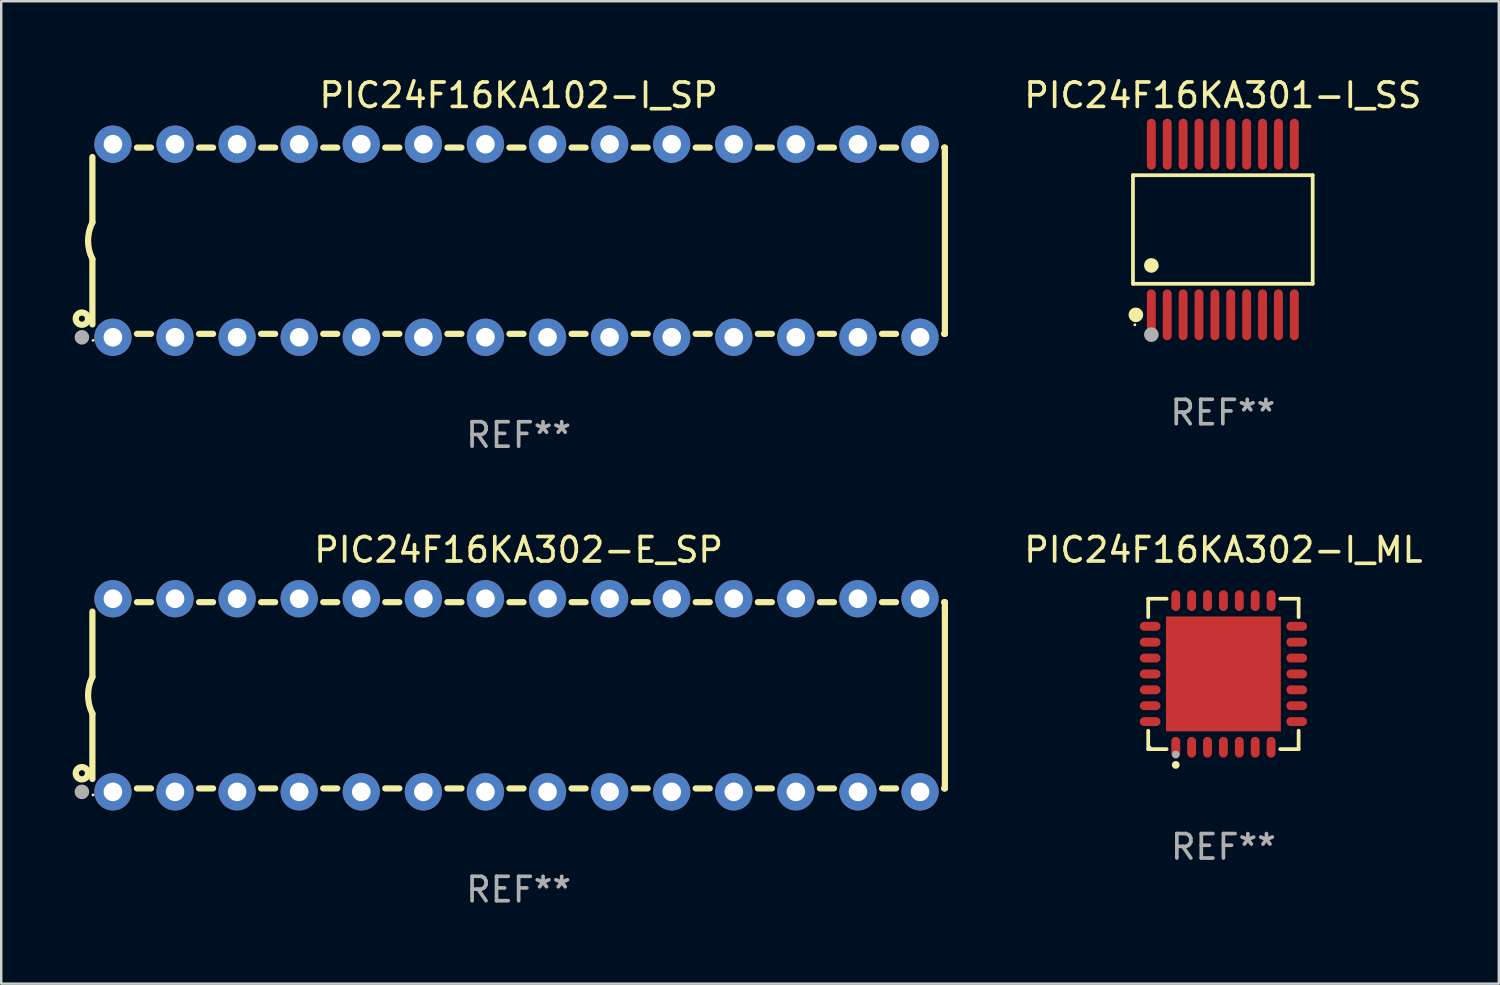
<source format=kicad_pcb>
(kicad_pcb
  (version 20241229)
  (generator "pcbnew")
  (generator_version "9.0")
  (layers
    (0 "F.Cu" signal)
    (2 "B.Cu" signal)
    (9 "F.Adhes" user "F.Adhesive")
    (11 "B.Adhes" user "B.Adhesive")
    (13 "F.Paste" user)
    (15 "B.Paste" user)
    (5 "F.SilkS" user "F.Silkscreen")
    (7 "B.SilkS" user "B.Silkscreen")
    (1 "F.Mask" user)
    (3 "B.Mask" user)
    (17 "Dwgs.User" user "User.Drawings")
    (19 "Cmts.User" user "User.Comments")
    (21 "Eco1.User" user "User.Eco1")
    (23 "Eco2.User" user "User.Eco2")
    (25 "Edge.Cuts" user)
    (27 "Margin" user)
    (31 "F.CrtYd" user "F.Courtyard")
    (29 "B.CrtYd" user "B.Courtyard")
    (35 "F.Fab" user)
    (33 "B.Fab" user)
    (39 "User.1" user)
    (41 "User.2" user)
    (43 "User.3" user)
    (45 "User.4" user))
  (footprint "PIC24F16KA302-E_SP"
    (layer "F.Cu")
    (at 18.168 25.395)
    (property "Reference" "PIC24F16KA302-E_SP" (at 0 -5.95 0) (layer "F.SilkS") (effects (font (size 1 1) (thickness 0.15))))
    (attr through_hole)
    (fp_line (start -17.438 0.75) (end -17.438 3.423) (stroke (width 0.254) (type solid)) (layer "F.SilkS"))
    (fp_line (start -17.438 -3.423) (end -17.438 -0.75) (stroke (width 0.254) (type solid)) (layer "F.SilkS"))
    (fp_line (start -15.615 3.81) (end -15.041 3.81) (stroke (width 0.254) (type solid)) (layer "F.SilkS"))
    (fp_line (start -15.041 -3.81) (end -15.614 -3.81) (stroke (width 0.254) (type solid)) (layer "F.SilkS"))
    (fp_line (start -13.075 3.81) (end -12.501 3.81) (stroke (width 0.254) (type solid)) (layer "F.SilkS"))
    (fp_line (start -12.501 -3.81) (end -13.074 -3.81) (stroke (width 0.254) (type solid)) (layer "F.SilkS"))
    (fp_line (start -10.535 3.81) (end -9.961 3.81) (stroke (width 0.254) (type solid)) (layer "F.SilkS"))
    (fp_line (start -9.961 -3.81) (end -10.534 -3.81) (stroke (width 0.254) (type solid)) (layer "F.SilkS"))
    (fp_line (start -7.995 3.81) (end -7.421 3.81) (stroke (width 0.254) (type solid)) (layer "F.SilkS"))
    (fp_line (start -7.421 -3.81) (end -7.995 -3.81) (stroke (width 0.254) (type solid)) (layer "F.SilkS"))
    (fp_line (start -5.455 3.81) (end -4.881 3.81) (stroke (width 0.254) (type solid)) (layer "F.SilkS"))
    (fp_line (start -4.881 -3.81) (end -5.455 -3.81) (stroke (width 0.254) (type solid)) (layer "F.SilkS"))
    (fp_line (start -2.915 3.81) (end -2.341 3.81) (stroke (width 0.254) (type solid)) (layer "F.SilkS"))
    (fp_line (start -2.341 -3.81) (end -2.915 -3.81) (stroke (width 0.254) (type solid)) (layer "F.SilkS"))
    (fp_line (start -0.375 3.81) (end 0.199 3.81) (stroke (width 0.254) (type solid)) (layer "F.SilkS"))
    (fp_line (start 0.199 -3.81) (end -0.375 -3.81) (stroke (width 0.254) (type solid)) (layer "F.SilkS"))
    (fp_line (start 2.165 3.81) (end 2.739 3.81) (stroke (width 0.254) (type solid)) (layer "F.SilkS"))
    (fp_line (start 2.739 -3.81) (end 2.165 -3.81) (stroke (width 0.254) (type solid)) (layer "F.SilkS"))
    (fp_line (start 4.705 3.81) (end 5.279 3.81) (stroke (width 0.254) (type solid)) (layer "F.SilkS"))
    (fp_line (start 5.279 -3.81) (end 4.705 -3.81) (stroke (width 0.254) (type solid)) (layer "F.SilkS"))
    (fp_line (start 7.245 3.81) (end 7.819 3.81) (stroke (width 0.254) (type solid)) (layer "F.SilkS"))
    (fp_line (start 7.819 -3.81) (end 7.245 -3.81) (stroke (width 0.254) (type solid)) (layer "F.SilkS"))
    (fp_line (start 9.785 3.81) (end 10.359 3.81) (stroke (width 0.254) (type solid)) (layer "F.SilkS"))
    (fp_line (start 10.359 -3.81) (end 9.785 -3.81) (stroke (width 0.254) (type solid)) (layer "F.SilkS"))
    (fp_line (start 12.325 3.81) (end 12.899 3.81) (stroke (width 0.254) (type solid)) (layer "F.SilkS"))
    (fp_line (start 12.899 -3.81) (end 12.325 -3.81) (stroke (width 0.254) (type solid)) (layer "F.SilkS"))
    (fp_line (start 14.865 3.81) (end 15.439 3.81) (stroke (width 0.254) (type solid)) (layer "F.SilkS"))
    (fp_line (start 15.439 -3.81) (end 14.865 -3.81) (stroke (width 0.254) (type solid)) (layer "F.SilkS"))
    (fp_line (start 17.405 3.81) (end 17.438 3.81) (stroke (width 0.254) (type solid)) (layer "F.SilkS"))
    (fp_line (start 17.438 -3.81) (end 17.405 -3.81) (stroke (width 0.254) (type solid)) (layer "F.SilkS"))
    (fp_line (start 17.438 -3.556) (end 17.438 -3.81) (stroke (width 0.254) (type solid)) (layer "F.SilkS"))
    (fp_line (start 17.438 3.81) (end 17.438 -3.556) (stroke (width 0.254) (type solid)) (layer "F.SilkS"))
    (fp_arc (start -17.437986 0.749657) (mid -17.614887 -0.000024) (end -17.437783 -0.749657) (stroke (width 0.254001) (type solid)) (layer "F.SilkS"))
    (fp_circle (center -17.868 3.188) (end -17.743 3.188) (stroke (width 0.254) (type solid)) (fill no) (layer "F.SilkS"))
    (fp_circle (center -17.411 4.077) (end -17.381 4.077) (stroke (width 0.06) (type solid)) (fill no) (layer "F.SilkS"))
    (fp_circle (center -17.868 3.95) (end -17.718 3.95) (stroke (width 0.3) (type solid)) (fill no) (layer "F.Fab"))
    (fp_text user "REF**" (at 0 7.95 0) (layer "F.Fab") (effects (font (size 1 1) (thickness 0.15))))
    (pad "1" thru_hole circle (at -16.598 3.95) (size 1.524 1.524) (drill 0.762) (layers "*.Cu" "*.Mask"))
    (pad "2" thru_hole circle (at -14.058 3.95) (size 1.524 1.524) (drill 0.762) (layers "*.Cu" "*.Mask"))
    (pad "3" thru_hole circle (at -11.518 3.95) (size 1.524 1.524) (drill 0.762) (layers "*.Cu" "*.Mask"))
    (pad "4" thru_hole circle (at -8.978 3.95) (size 1.524 1.524) (drill 0.762) (layers "*.Cu" "*.Mask"))
    (pad "5" thru_hole circle (at -6.438 3.95) (size 1.524 1.524) (drill 0.762) (layers "*.Cu" "*.Mask"))
    (pad "6" thru_hole circle (at -3.898 3.95) (size 1.524 1.524) (drill 0.762) (layers "*.Cu" "*.Mask"))
    (pad "7" thru_hole circle (at -1.358 3.95) (size 1.524 1.524) (drill 0.762) (layers "*.Cu" "*.Mask"))
    (pad "8" thru_hole circle (at 1.182 3.95) (size 1.524 1.524) (drill 0.762) (layers "*.Cu" "*.Mask"))
    (pad "9" thru_hole circle (at 3.722 3.95) (size 1.524 1.524) (drill 0.762) (layers "*.Cu" "*.Mask"))
    (pad "10" thru_hole circle (at 6.262 3.95) (size 1.524 1.524) (drill 0.762) (layers "*.Cu" "*.Mask"))
    (pad "11" thru_hole circle (at 8.802 3.95) (size 1.524 1.524) (drill 0.762) (layers "*.Cu" "*.Mask"))
    (pad "12" thru_hole circle (at 11.342 3.95) (size 1.524 1.524) (drill 0.762) (layers "*.Cu" "*.Mask"))
    (pad "13" thru_hole circle (at 13.882 3.95) (size 1.524 1.524) (drill 0.762) (layers "*.Cu" "*.Mask"))
    (pad "14" thru_hole circle (at 16.422 3.95) (size 1.524 1.524) (drill 0.762) (layers "*.Cu" "*.Mask"))
    (pad "15" thru_hole circle (at 16.422 -3.95) (size 1.524 1.524) (drill 0.762) (layers "*.Cu" "*.Mask"))
    (pad "16" thru_hole circle (at 13.882 -3.95) (size 1.524 1.524) (drill 0.762) (layers "*.Cu" "*.Mask"))
    (pad "17" thru_hole circle (at 11.342 -3.95) (size 1.524 1.524) (drill 0.762) (layers "*.Cu" "*.Mask"))
    (pad "18" thru_hole circle (at 8.802 -3.95) (size 1.524 1.524) (drill 0.762) (layers "*.Cu" "*.Mask"))
    (pad "19" thru_hole circle (at 6.262 -3.95) (size 1.524 1.524) (drill 0.762) (layers "*.Cu" "*.Mask"))
    (pad "20" thru_hole circle (at 3.722 -3.95) (size 1.524 1.524) (drill 0.762) (layers "*.Cu" "*.Mask"))
    (pad "21" thru_hole circle (at 1.182 -3.95) (size 1.524 1.524) (drill 0.762) (layers "*.Cu" "*.Mask"))
    (pad "22" thru_hole circle (at -1.358 -3.95) (size 1.524 1.524) (drill 0.762) (layers "*.Cu" "*.Mask"))
    (pad "23" thru_hole circle (at -3.898 -3.95) (size 1.524 1.524) (drill 0.762) (layers "*.Cu" "*.Mask"))
    (pad "24" thru_hole circle (at -6.438 -3.95) (size 1.524 1.524) (drill 0.762) (layers "*.Cu" "*.Mask"))
    (pad "25" thru_hole circle (at -8.978 -3.95) (size 1.524 1.524) (drill 0.762) (layers "*.Cu" "*.Mask"))
    (pad "26" thru_hole circle (at -11.517 -3.95) (size 1.524 1.524) (drill 0.762) (layers "*.Cu" "*.Mask"))
    (pad "27" thru_hole circle (at -14.057 -3.95) (size 1.524 1.524) (drill 0.762) (layers "*.Cu" "*.Mask"))
    (pad "28" thru_hole circle (at -16.597 -3.95) (size 1.524 1.524) (drill 0.762) (layers "*.Cu" "*.Mask")))
  (footprint "PIC24F16KA301-I_SS"
    (layer "F.Cu")
    (at 46.977 6.339)
    (property "Reference" "PIC24F16KA301-I_SS" (at 0 -5.491 0) (layer "F.SilkS") (effects (font (size 1 1) (thickness 0.15))))
    (attr through_hole)
    (fp_line (start -3.676 -2.221) (end 3.676 -2.221) (stroke (width 0.152) (type solid)) (layer "F.SilkS"))
    (fp_line (start -3.676 2.221) (end -3.676 -2.221) (stroke (width 0.152) (type solid)) (layer "F.SilkS"))
    (fp_line (start 3.676 -2.221) (end 3.676 2.221) (stroke (width 0.152) (type solid)) (layer "F.SilkS"))
    (fp_line (start 3.676 2.221) (end -3.676 2.221) (stroke (width 0.152) (type solid)) (layer "F.SilkS"))
    (fp_circle (center -3.6 3.9) (end -3.57 3.9) (stroke (width 0.06) (type solid)) (fill no) (layer "F.SilkS"))
    (fp_circle (center -3.559 3.491) (end -3.409 3.491) (stroke (width 0.3) (type solid)) (fill no) (layer "F.SilkS"))
    (fp_circle (center -2.925 1.469) (end -2.775 1.469) (stroke (width 0.3) (type solid)) (fill no) (layer "F.SilkS"))
    (fp_circle (center -2.925 4.3) (end -2.775 4.3) (stroke (width 0.3) (type solid)) (fill no) (layer "F.Fab"))
    (fp_text user "REF**" (at 0 7.491 0) (layer "F.Fab") (effects (font (size 1 1) (thickness 0.15))))
    (pad "1" smd oval (at -2.925 3.491) (size 0.364 2.082) (layers "F.Cu" "F.Mask" "F.Paste"))
    (pad "2" smd oval (at -2.275 3.491) (size 0.364 2.082) (layers "F.Cu" "F.Mask" "F.Paste"))
    (pad "3" smd oval (at -1.625 3.491) (size 0.364 2.082) (layers "F.Cu" "F.Mask" "F.Paste"))
    (pad "4" smd oval (at -0.975 3.491) (size 0.364 2.082) (layers "F.Cu" "F.Mask" "F.Paste"))
    (pad "5" smd oval (at -0.325 3.491) (size 0.364 2.082) (layers "F.Cu" "F.Mask" "F.Paste"))
    (pad "6" smd oval (at 0.325 3.491) (size 0.364 2.082) (layers "F.Cu" "F.Mask" "F.Paste"))
    (pad "7" smd oval (at 0.975 3.491) (size 0.364 2.082) (layers "F.Cu" "F.Mask" "F.Paste"))
    (pad "8" smd oval (at 1.625 3.491) (size 0.364 2.082) (layers "F.Cu" "F.Mask" "F.Paste"))
    (pad "9" smd oval (at 2.275 3.491) (size 0.364 2.082) (layers "F.Cu" "F.Mask" "F.Paste"))
    (pad "10" smd oval (at 2.925 3.491) (size 0.364 2.082) (layers "F.Cu" "F.Mask" "F.Paste"))
    (pad "11" smd oval (at 2.925 -3.491) (size 0.364 2.082) (layers "F.Cu" "F.Mask" "F.Paste"))
    (pad "12" smd oval (at 2.275 -3.491) (size 0.364 2.082) (layers "F.Cu" "F.Mask" "F.Paste"))
    (pad "13" smd oval (at 1.625 -3.491) (size 0.364 2.082) (layers "F.Cu" "F.Mask" "F.Paste"))
    (pad "14" smd oval (at 0.975 -3.491) (size 0.364 2.082) (layers "F.Cu" "F.Mask" "F.Paste"))
    (pad "15" smd oval (at 0.325 -3.491) (size 0.364 2.082) (layers "F.Cu" "F.Mask" "F.Paste"))
    (pad "16" smd oval (at -0.325 -3.491) (size 0.364 2.082) (layers "F.Cu" "F.Mask" "F.Paste"))
    (pad "17" smd oval (at -0.975 -3.491) (size 0.364 2.082) (layers "F.Cu" "F.Mask" "F.Paste"))
    (pad "18" smd oval (at -1.625 -3.491) (size 0.364 2.082) (layers "F.Cu" "F.Mask" "F.Paste"))
    (pad "19" smd oval (at -2.275 -3.491) (size 0.364 2.082) (layers "F.Cu" "F.Mask" "F.Paste"))
    (pad "20" smd oval (at -2.925 -3.491) (size 0.364 2.082) (layers "F.Cu" "F.Mask" "F.Paste")))
  (footprint "PIC24F16KA102-I_SP"
    (layer "F.Cu")
    (at 18.168 6.798)
    (property "Reference" "PIC24F16KA102-I_SP" (at 0 -5.95 0) (layer "F.SilkS") (effects (font (size 1 1) (thickness 0.15))))
    (attr through_hole)
    (fp_line (start -17.438 0.75) (end -17.438 3.423) (stroke (width 0.254) (type solid)) (layer "F.SilkS"))
    (fp_line (start -17.438 -3.423) (end -17.438 -0.75) (stroke (width 0.254) (type solid)) (layer "F.SilkS"))
    (fp_line (start -15.615 3.81) (end -15.041 3.81) (stroke (width 0.254) (type solid)) (layer "F.SilkS"))
    (fp_line (start -15.041 -3.81) (end -15.614 -3.81) (stroke (width 0.254) (type solid)) (layer "F.SilkS"))
    (fp_line (start -13.075 3.81) (end -12.501 3.81) (stroke (width 0.254) (type solid)) (layer "F.SilkS"))
    (fp_line (start -12.501 -3.81) (end -13.074 -3.81) (stroke (width 0.254) (type solid)) (layer "F.SilkS"))
    (fp_line (start -10.535 3.81) (end -9.961 3.81) (stroke (width 0.254) (type solid)) (layer "F.SilkS"))
    (fp_line (start -9.961 -3.81) (end -10.534 -3.81) (stroke (width 0.254) (type solid)) (layer "F.SilkS"))
    (fp_line (start -7.995 3.81) (end -7.421 3.81) (stroke (width 0.254) (type solid)) (layer "F.SilkS"))
    (fp_line (start -7.421 -3.81) (end -7.995 -3.81) (stroke (width 0.254) (type solid)) (layer "F.SilkS"))
    (fp_line (start -5.455 3.81) (end -4.881 3.81) (stroke (width 0.254) (type solid)) (layer "F.SilkS"))
    (fp_line (start -4.881 -3.81) (end -5.455 -3.81) (stroke (width 0.254) (type solid)) (layer "F.SilkS"))
    (fp_line (start -2.915 3.81) (end -2.341 3.81) (stroke (width 0.254) (type solid)) (layer "F.SilkS"))
    (fp_line (start -2.341 -3.81) (end -2.915 -3.81) (stroke (width 0.254) (type solid)) (layer "F.SilkS"))
    (fp_line (start -0.375 3.81) (end 0.199 3.81) (stroke (width 0.254) (type solid)) (layer "F.SilkS"))
    (fp_line (start 0.199 -3.81) (end -0.375 -3.81) (stroke (width 0.254) (type solid)) (layer "F.SilkS"))
    (fp_line (start 2.165 3.81) (end 2.739 3.81) (stroke (width 0.254) (type solid)) (layer "F.SilkS"))
    (fp_line (start 2.739 -3.81) (end 2.165 -3.81) (stroke (width 0.254) (type solid)) (layer "F.SilkS"))
    (fp_line (start 4.705 3.81) (end 5.279 3.81) (stroke (width 0.254) (type solid)) (layer "F.SilkS"))
    (fp_line (start 5.279 -3.81) (end 4.705 -3.81) (stroke (width 0.254) (type solid)) (layer "F.SilkS"))
    (fp_line (start 7.245 3.81) (end 7.819 3.81) (stroke (width 0.254) (type solid)) (layer "F.SilkS"))
    (fp_line (start 7.819 -3.81) (end 7.245 -3.81) (stroke (width 0.254) (type solid)) (layer "F.SilkS"))
    (fp_line (start 9.785 3.81) (end 10.359 3.81) (stroke (width 0.254) (type solid)) (layer "F.SilkS"))
    (fp_line (start 10.359 -3.81) (end 9.785 -3.81) (stroke (width 0.254) (type solid)) (layer "F.SilkS"))
    (fp_line (start 12.325 3.81) (end 12.899 3.81) (stroke (width 0.254) (type solid)) (layer "F.SilkS"))
    (fp_line (start 12.899 -3.81) (end 12.325 -3.81) (stroke (width 0.254) (type solid)) (layer "F.SilkS"))
    (fp_line (start 14.865 3.81) (end 15.439 3.81) (stroke (width 0.254) (type solid)) (layer "F.SilkS"))
    (fp_line (start 15.439 -3.81) (end 14.865 -3.81) (stroke (width 0.254) (type solid)) (layer "F.SilkS"))
    (fp_line (start 17.405 3.81) (end 17.438 3.81) (stroke (width 0.254) (type solid)) (layer "F.SilkS"))
    (fp_line (start 17.438 -3.81) (end 17.405 -3.81) (stroke (width 0.254) (type solid)) (layer "F.SilkS"))
    (fp_line (start 17.438 -3.556) (end 17.438 -3.81) (stroke (width 0.254) (type solid)) (layer "F.SilkS"))
    (fp_line (start 17.438 3.81) (end 17.438 -3.556) (stroke (width 0.254) (type solid)) (layer "F.SilkS"))
    (fp_arc (start -17.437986 0.749657) (mid -17.614887 -0.000024) (end -17.437783 -0.749657) (stroke (width 0.254001) (type solid)) (layer "F.SilkS"))
    (fp_circle (center -17.868 3.188) (end -17.743 3.188) (stroke (width 0.254) (type solid)) (fill no) (layer "F.SilkS"))
    (fp_circle (center -17.411 4.077) (end -17.381 4.077) (stroke (width 0.06) (type solid)) (fill no) (layer "F.SilkS"))
    (fp_circle (center -17.868 3.95) (end -17.718 3.95) (stroke (width 0.3) (type solid)) (fill no) (layer "F.Fab"))
    (fp_text user "REF**" (at 0 7.95 0) (layer "F.Fab") (effects (font (size 1 1) (thickness 0.15))))
    (pad "1" thru_hole circle (at -16.598 3.95) (size 1.524 1.524) (drill 0.762) (layers "*.Cu" "*.Mask"))
    (pad "2" thru_hole circle (at -14.058 3.95) (size 1.524 1.524) (drill 0.762) (layers "*.Cu" "*.Mask"))
    (pad "3" thru_hole circle (at -11.518 3.95) (size 1.524 1.524) (drill 0.762) (layers "*.Cu" "*.Mask"))
    (pad "4" thru_hole circle (at -8.978 3.95) (size 1.524 1.524) (drill 0.762) (layers "*.Cu" "*.Mask"))
    (pad "5" thru_hole circle (at -6.438 3.95) (size 1.524 1.524) (drill 0.762) (layers "*.Cu" "*.Mask"))
    (pad "6" thru_hole circle (at -3.898 3.95) (size 1.524 1.524) (drill 0.762) (layers "*.Cu" "*.Mask"))
    (pad "7" thru_hole circle (at -1.358 3.95) (size 1.524 1.524) (drill 0.762) (layers "*.Cu" "*.Mask"))
    (pad "8" thru_hole circle (at 1.182 3.95) (size 1.524 1.524) (drill 0.762) (layers "*.Cu" "*.Mask"))
    (pad "9" thru_hole circle (at 3.722 3.95) (size 1.524 1.524) (drill 0.762) (layers "*.Cu" "*.Mask"))
    (pad "10" thru_hole circle (at 6.262 3.95) (size 1.524 1.524) (drill 0.762) (layers "*.Cu" "*.Mask"))
    (pad "11" thru_hole circle (at 8.802 3.95) (size 1.524 1.524) (drill 0.762) (layers "*.Cu" "*.Mask"))
    (pad "12" thru_hole circle (at 11.342 3.95) (size 1.524 1.524) (drill 0.762) (layers "*.Cu" "*.Mask"))
    (pad "13" thru_hole circle (at 13.882 3.95) (size 1.524 1.524) (drill 0.762) (layers "*.Cu" "*.Mask"))
    (pad "14" thru_hole circle (at 16.422 3.95) (size 1.524 1.524) (drill 0.762) (layers "*.Cu" "*.Mask"))
    (pad "15" thru_hole circle (at 16.422 -3.95) (size 1.524 1.524) (drill 0.762) (layers "*.Cu" "*.Mask"))
    (pad "16" thru_hole circle (at 13.882 -3.95) (size 1.524 1.524) (drill 0.762) (layers "*.Cu" "*.Mask"))
    (pad "17" thru_hole circle (at 11.342 -3.95) (size 1.524 1.524) (drill 0.762) (layers "*.Cu" "*.Mask"))
    (pad "18" thru_hole circle (at 8.802 -3.95) (size 1.524 1.524) (drill 0.762) (layers "*.Cu" "*.Mask"))
    (pad "19" thru_hole circle (at 6.262 -3.95) (size 1.524 1.524) (drill 0.762) (layers "*.Cu" "*.Mask"))
    (pad "20" thru_hole circle (at 3.722 -3.95) (size 1.524 1.524) (drill 0.762) (layers "*.Cu" "*.Mask"))
    (pad "21" thru_hole circle (at 1.182 -3.95) (size 1.524 1.524) (drill 0.762) (layers "*.Cu" "*.Mask"))
    (pad "22" thru_hole circle (at -1.358 -3.95) (size 1.524 1.524) (drill 0.762) (layers "*.Cu" "*.Mask"))
    (pad "23" thru_hole circle (at -3.898 -3.95) (size 1.524 1.524) (drill 0.762) (layers "*.Cu" "*.Mask"))
    (pad "24" thru_hole circle (at -6.438 -3.95) (size 1.524 1.524) (drill 0.762) (layers "*.Cu" "*.Mask"))
    (pad "25" thru_hole circle (at -8.978 -3.95) (size 1.524 1.524) (drill 0.762) (layers "*.Cu" "*.Mask"))
    (pad "26" thru_hole circle (at -11.517 -3.95) (size 1.524 1.524) (drill 0.762) (layers "*.Cu" "*.Mask"))
    (pad "27" thru_hole circle (at -14.057 -3.95) (size 1.524 1.524) (drill 0.762) (layers "*.Cu" "*.Mask"))
    (pad "28" thru_hole circle (at -16.597 -3.95) (size 1.524 1.524) (drill 0.762) (layers "*.Cu" "*.Mask")))
  (footprint "PIC24F16KA302-I_ML"
    (layer "F.Cu")
    (at 47.001 24.521)
    (property "Reference" "PIC24F16KA302-I_ML" (at 0 -5.076 0) (layer "F.SilkS") (effects (font (size 1 1) (thickness 0.15))))
    (attr through_hole)
    (fp_line (start -3.076 -3.076) (end -2.323 -3.076) (stroke (width 0.152) (type solid)) (layer "F.SilkS"))
    (fp_line (start -3.076 -2.323) (end -3.076 -3.076) (stroke (width 0.152) (type solid)) (layer "F.SilkS"))
    (fp_line (start -3.076 2.323) (end -3.076 3.076) (stroke (width 0.152) (type solid)) (layer "F.SilkS"))
    (fp_line (start -3.076 3.076) (end -2.323 3.076) (stroke (width 0.152) (type solid)) (layer "F.SilkS"))
    (fp_line (start 3.076 -3.076) (end 2.323 -3.076) (stroke (width 0.152) (type solid)) (layer "F.SilkS"))
    (fp_line (start 3.076 -2.323) (end 3.076 -3.076) (stroke (width 0.152) (type solid)) (layer "F.SilkS"))
    (fp_line (start 3.076 2.323) (end 3.076 3.076) (stroke (width 0.152) (type solid)) (layer "F.SilkS"))
    (fp_line (start 3.076 3.076) (end 2.323 3.076) (stroke (width 0.152) (type solid)) (layer "F.SilkS"))
    (fp_circle (center -3 3) (end -2.97 3) (stroke (width 0.06) (type solid)) (fill no) (layer "F.SilkS"))
    (fp_circle (center -1.95 3.722) (end -1.87 3.722) (stroke (width 0.16) (type solid)) (fill no) (layer "F.SilkS"))
    (fp_circle (center -1.95 3.3) (end -1.87 3.3) (stroke (width 0.16) (type solid)) (fill no) (layer "F.Fab"))
    (fp_text user "REF**" (at 0 7.076 0) (layer "F.Fab") (effects (font (size 1 1) (thickness 0.15))))
    (pad "1" smd oval (at -1.95 2.998) (size 0.364 0.847) (layers "F.Cu" "F.Mask" "F.Paste"))
    (pad "2" smd oval (at -1.3 2.998) (size 0.364 0.847) (layers "F.Cu" "F.Mask" "F.Paste"))
    (pad "3" smd oval (at -0.65 2.998) (size 0.364 0.847) (layers "F.Cu" "F.Mask" "F.Paste"))
    (pad "4" smd oval (at 0 2.998) (size 0.364 0.847) (layers "F.Cu" "F.Mask" "F.Paste"))
    (pad "5" smd oval (at 0.65 2.998) (size 0.364 0.847) (layers "F.Cu" "F.Mask" "F.Paste"))
    (pad "6" smd oval (at 1.3 2.998) (size 0.364 0.847) (layers "F.Cu" "F.Mask" "F.Paste"))
    (pad "7" smd oval (at 1.95 2.998) (size 0.364 0.847) (layers "F.Cu" "F.Mask" "F.Paste"))
    (pad "8" smd oval (at 2.998 1.95) (size 0.847 0.364) (layers "F.Cu" "F.Mask" "F.Paste"))
    (pad "9" smd oval (at 2.998 1.3) (size 0.847 0.364) (layers "F.Cu" "F.Mask" "F.Paste"))
    (pad "10" smd oval (at 2.998 0.65) (size 0.847 0.364) (layers "F.Cu" "F.Mask" "F.Paste"))
    (pad "11" smd oval (at 2.998 0) (size 0.847 0.364) (layers "F.Cu" "F.Mask" "F.Paste"))
    (pad "12" smd oval (at 2.998 -0.65) (size 0.847 0.364) (layers "F.Cu" "F.Mask" "F.Paste"))
    (pad "13" smd oval (at 2.998 -1.3) (size 0.847 0.364) (layers "F.Cu" "F.Mask" "F.Paste"))
    (pad "14" smd oval (at 2.998 -1.95) (size 0.847 0.364) (layers "F.Cu" "F.Mask" "F.Paste"))
    (pad "15" smd oval (at 1.95 -2.998) (size 0.364 0.847) (layers "F.Cu" "F.Mask" "F.Paste"))
    (pad "16" smd oval (at 1.3 -2.998) (size 0.364 0.847) (layers "F.Cu" "F.Mask" "F.Paste"))
    (pad "17" smd oval (at 0.65 -2.998) (size 0.364 0.847) (layers "F.Cu" "F.Mask" "F.Paste"))
    (pad "18" smd oval (at 0 -2.998) (size 0.364 0.847) (layers "F.Cu" "F.Mask" "F.Paste"))
    (pad "19" smd oval (at -0.65 -2.998) (size 0.364 0.847) (layers "F.Cu" "F.Mask" "F.Paste"))
    (pad "20" smd oval (at -1.3 -2.998) (size 0.364 0.847) (layers "F.Cu" "F.Mask" "F.Paste"))
    (pad "21" smd oval (at -1.95 -2.998) (size 0.364 0.847) (layers "F.Cu" "F.Mask" "F.Paste"))
    (pad "22" smd oval (at -2.998 -1.95) (size 0.847 0.364) (layers "F.Cu" "F.Mask" "F.Paste"))
    (pad "23" smd oval (at -2.998 -1.3) (size 0.847 0.364) (layers "F.Cu" "F.Mask" "F.Paste"))
    (pad "24" smd oval (at -2.998 -0.65) (size 0.847 0.364) (layers "F.Cu" "F.Mask" "F.Paste"))
    (pad "25" smd oval (at -2.998 0) (size 0.847 0.364) (layers "F.Cu" "F.Mask" "F.Paste"))
    (pad "26" smd oval (at -2.998 0.65) (size 0.847 0.364) (layers "F.Cu" "F.Mask" "F.Paste"))
    (pad "27" smd oval (at -2.998 1.3) (size 0.847 0.364) (layers "F.Cu" "F.Mask" "F.Paste"))
    (pad "28" smd oval (at -2.998 1.95) (size 0.847 0.364) (layers "F.Cu" "F.Mask" "F.Paste"))
    (pad "29" smd rect (at 0 0) (size 4.7 4.7) (layers "F.Cu" "F.Mask" "F.Paste")))
  (gr_rect
    (start -3 -3)
    (end 58.269 37.193)
    (stroke (width 0.1) (type default))
    (fill no)
    (layer "Edge.Cuts")))
</source>
